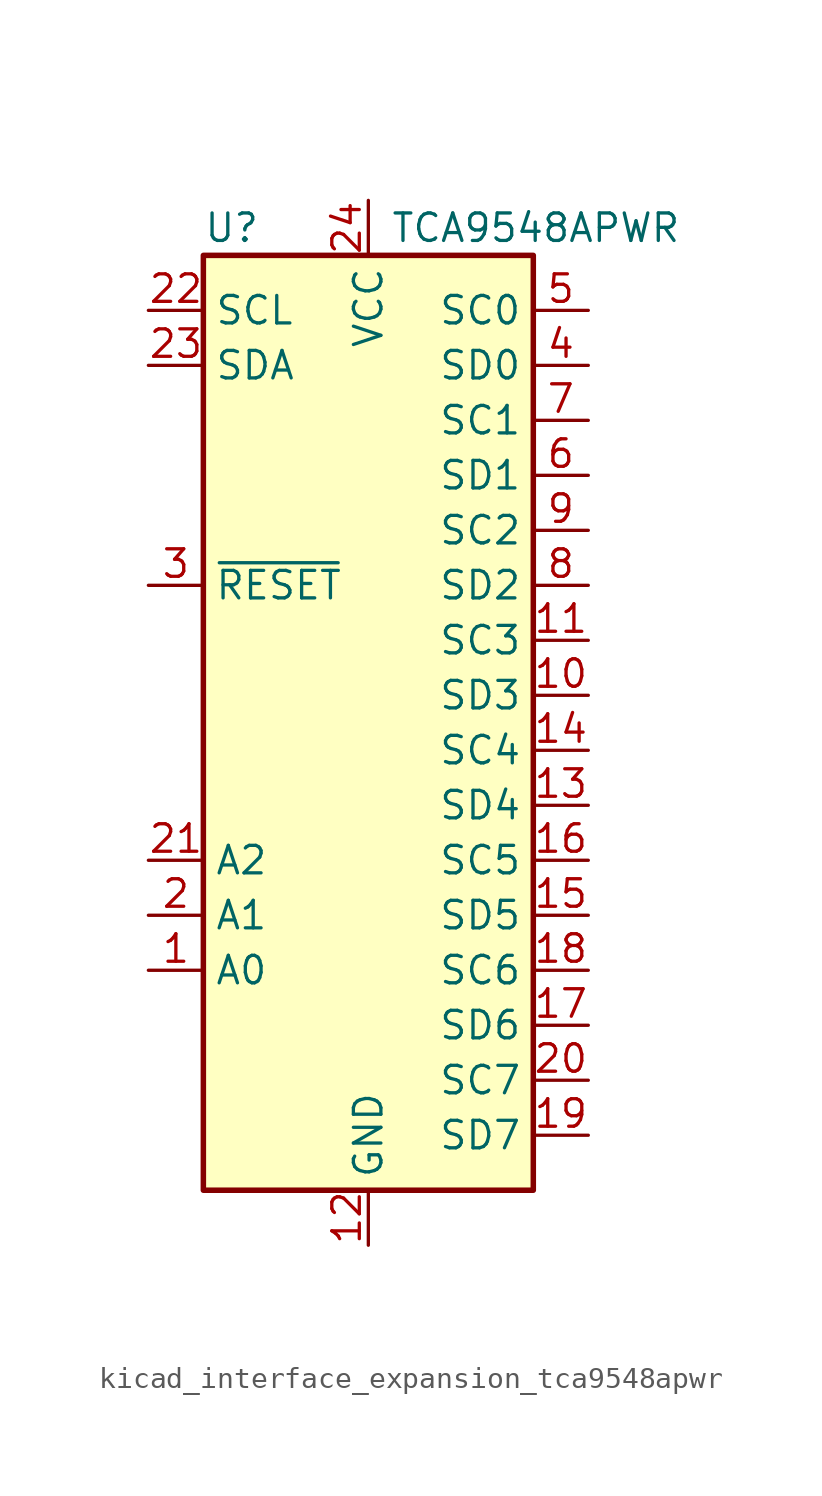
<source format=kicad_sym>
(kicad_symbol_lib
  (version 20220914)
  (generator kicad_symbol_editor)
  (symbol "kicad_interface_expansion_tca9548apwr"
    (property "Reference" "U"
      (at -7.62 21.59 0)
      (effects (font (size 1.27 1.27)) (justify left)))
    (property "Value" "TCA9548APWR"
      (at 1.016 21.59 0)
      (effects (font (size 1.27 1.27)) (justify left)))
    (symbol "kicad_interface_expansion_tca9548apwr_0_1"
      (rectangle (start -7.62 20.32) (end 7.62 -22.86) (stroke (width 0.254) (type default)) (fill (type background))))
    (symbol "kicad_interface_expansion_tca9548apwr_1_1"
      (pin input line (at -10.16 -12.7 0) (length 2.54) (name "A0" (effects (font (size 1.27 1.27)))) (number "1" (effects (font (size 1.27 1.27)))))
      (pin bidirectional line (at 10.16 0 180) (length 2.54) (name "SD3" (effects (font (size 1.27 1.27)))) (number "10" (effects (font (size 1.27 1.27)))))
      (pin output line (at 10.16 2.54 180) (length 2.54) (name "SC3" (effects (font (size 1.27 1.27)))) (number "11" (effects (font (size 1.27 1.27)))))
      (pin power_in line (at 0 -25.4 90) (length 2.54) (name "GND" (effects (font (size 1.27 1.27)))) (number "12" (effects (font (size 1.27 1.27)))))
      (pin bidirectional line (at 10.16 -5.08 180) (length 2.54) (name "SD4" (effects (font (size 1.27 1.27)))) (number "13" (effects (font (size 1.27 1.27)))))
      (pin output line (at 10.16 -2.54 180) (length 2.54) (name "SC4" (effects (font (size 1.27 1.27)))) (number "14" (effects (font (size 1.27 1.27)))))
      (pin bidirectional line (at 10.16 -10.16 180) (length 2.54) (name "SD5" (effects (font (size 1.27 1.27)))) (number "15" (effects (font (size 1.27 1.27)))))
      (pin output line (at 10.16 -7.62 180) (length 2.54) (name "SC5" (effects (font (size 1.27 1.27)))) (number "16" (effects (font (size 1.27 1.27)))))
      (pin bidirectional line (at 10.16 -15.24 180) (length 2.54) (name "SD6" (effects (font (size 1.27 1.27)))) (number "17" (effects (font (size 1.27 1.27)))))
      (pin output line (at 10.16 -12.7 180) (length 2.54) (name "SC6" (effects (font (size 1.27 1.27)))) (number "18" (effects (font (size 1.27 1.27)))))
      (pin bidirectional line (at 10.16 -20.32 180) (length 2.54) (name "SD7" (effects (font (size 1.27 1.27)))) (number "19" (effects (font (size 1.27 1.27)))))
      (pin input line (at -10.16 -10.16 0) (length 2.54) (name "A1" (effects (font (size 1.27 1.27)))) (number "2" (effects (font (size 1.27 1.27)))))
      (pin output line (at 10.16 -17.78 180) (length 2.54) (name "SC7" (effects (font (size 1.27 1.27)))) (number "20" (effects (font (size 1.27 1.27)))))
      (pin input line (at -10.16 -7.62 0) (length 2.54) (name "A2" (effects (font (size 1.27 1.27)))) (number "21" (effects (font (size 1.27 1.27)))))
      (pin input line (at -10.16 17.78 0) (length 2.54) (name "SCL" (effects (font (size 1.27 1.27)))) (number "22" (effects (font (size 1.27 1.27)))))
      (pin bidirectional line (at -10.16 15.24 0) (length 2.54) (name "SDA" (effects (font (size 1.27 1.27)))) (number "23" (effects (font (size 1.27 1.27)))))
      (pin power_in line (at 0 22.86 270) (length 2.54) (name "VCC" (effects (font (size 1.27 1.27)))) (number "24" (effects (font (size 1.27 1.27)))))
      (pin input line (at -10.16 5.08 0) (length 2.54) (name "~{RESET}" (effects (font (size 1.27 1.27)))) (number "3" (effects (font (size 1.27 1.27)))))
      (pin bidirectional line (at 10.16 15.24 180) (length 2.54) (name "SD0" (effects (font (size 1.27 1.27)))) (number "4" (effects (font (size 1.27 1.27)))))
      (pin output line (at 10.16 17.78 180) (length 2.54) (name "SC0" (effects (font (size 1.27 1.27)))) (number "5" (effects (font (size 1.27 1.27)))))
      (pin bidirectional line (at 10.16 10.16 180) (length 2.54) (name "SD1" (effects (font (size 1.27 1.27)))) (number "6" (effects (font (size 1.27 1.27)))))
      (pin output line (at 10.16 12.7 180) (length 2.54) (name "SC1" (effects (font (size 1.27 1.27)))) (number "7" (effects (font (size 1.27 1.27)))))
      (pin bidirectional line (at 10.16 5.08 180) (length 2.54) (name "SD2" (effects (font (size 1.27 1.27)))) (number "8" (effects (font (size 1.27 1.27)))))
      (pin output line (at 10.16 7.62 180) (length 2.54) (name "SC2" (effects (font (size 1.27 1.27)))) (number "9" (effects (font (size 1.27 1.27))))))))
</source>
